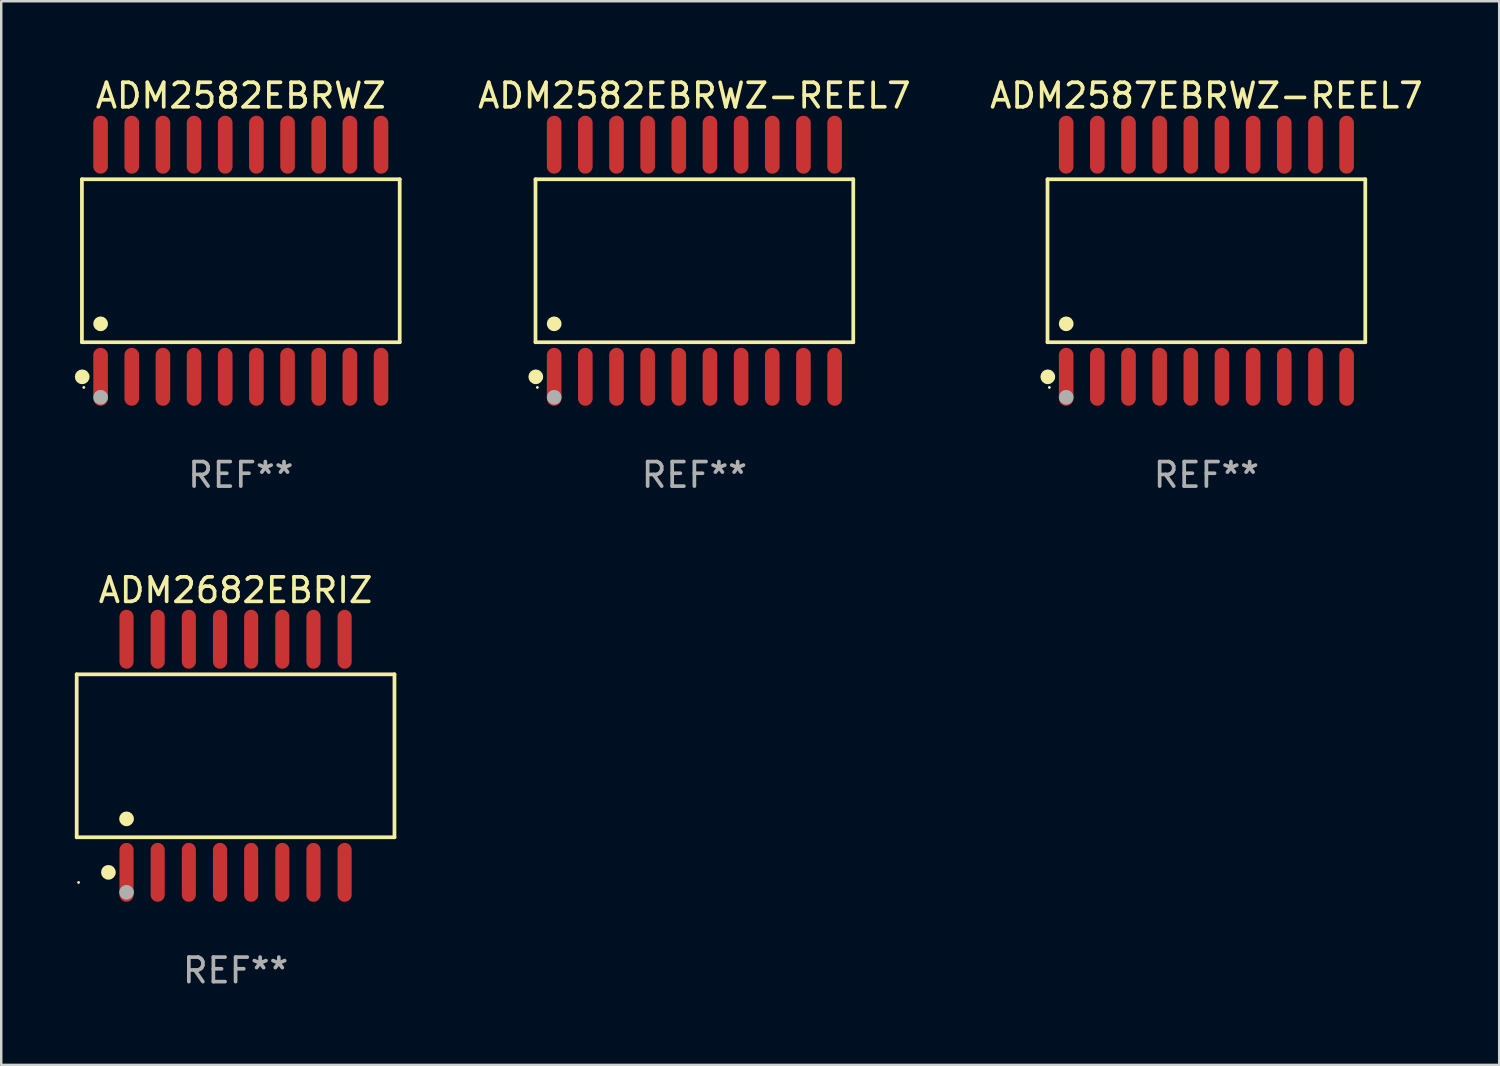
<source format=kicad_pcb>
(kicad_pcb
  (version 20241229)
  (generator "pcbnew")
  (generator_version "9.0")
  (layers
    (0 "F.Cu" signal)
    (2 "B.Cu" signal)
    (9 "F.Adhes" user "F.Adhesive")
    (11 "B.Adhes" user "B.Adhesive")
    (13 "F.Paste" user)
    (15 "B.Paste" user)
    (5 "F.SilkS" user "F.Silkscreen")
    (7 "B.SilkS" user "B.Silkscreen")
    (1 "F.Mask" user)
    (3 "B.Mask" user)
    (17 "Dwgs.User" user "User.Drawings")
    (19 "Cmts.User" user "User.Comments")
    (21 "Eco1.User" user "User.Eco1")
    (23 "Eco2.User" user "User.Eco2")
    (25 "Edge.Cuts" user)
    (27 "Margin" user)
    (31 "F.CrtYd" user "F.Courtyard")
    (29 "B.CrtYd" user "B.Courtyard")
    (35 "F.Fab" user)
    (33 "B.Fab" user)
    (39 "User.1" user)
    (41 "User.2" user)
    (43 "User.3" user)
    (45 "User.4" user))
  (footprint "ADM2587EBRWZ-REEL7"
    (layer "F.Cu")
    (at 46.121 7.578)
    (property "Reference" "ADM2587EBRWZ-REEL7" (at 0 -6.73 0) (layer "F.SilkS") (effects (font (size 1 1) (thickness 0.15))))
    (attr through_hole)
    (fp_line (start -6.476 -3.321) (end 6.476 -3.321) (stroke (width 0.152) (type solid)) (layer "F.SilkS"))
    (fp_line (start -6.476 3.321) (end -6.476 -3.321) (stroke (width 0.152) (type solid)) (layer "F.SilkS"))
    (fp_line (start 6.476 -3.321) (end 6.476 3.321) (stroke (width 0.152) (type solid)) (layer "F.SilkS"))
    (fp_line (start 6.476 3.321) (end -6.476 3.321) (stroke (width 0.152) (type solid)) (layer "F.SilkS"))
    (fp_circle (center -6.465 4.73) (end -6.315 4.73) (stroke (width 0.3) (type solid)) (fill no) (layer "F.SilkS"))
    (fp_circle (center -6.4 5.163) (end -6.37 5.163) (stroke (width 0.06) (type solid)) (fill no) (layer "F.SilkS"))
    (fp_circle (center -5.715 2.569) (end -5.565 2.569) (stroke (width 0.3) (type solid)) (fill no) (layer "F.SilkS"))
    (fp_circle (center -5.715 5.563) (end -5.565 5.563) (stroke (width 0.3) (type solid)) (fill no) (layer "F.Fab"))
    (fp_text user "REF**" (at 0 8.73 0) (layer "F.Fab") (effects (font (size 1 1) (thickness 0.15))))
    (pad "1" smd oval (at -5.715 4.73) (size 0.595 2.36) (layers "F.Cu" "F.Mask" "F.Paste"))
    (pad "2" smd oval (at -4.445 4.73) (size 0.595 2.36) (layers "F.Cu" "F.Mask" "F.Paste"))
    (pad "3" smd oval (at -3.175 4.73) (size 0.595 2.36) (layers "F.Cu" "F.Mask" "F.Paste"))
    (pad "4" smd oval (at -1.905 4.73) (size 0.595 2.36) (layers "F.Cu" "F.Mask" "F.Paste"))
    (pad "5" smd oval (at -0.635 4.73) (size 0.595 2.36) (layers "F.Cu" "F.Mask" "F.Paste"))
    (pad "6" smd oval (at 0.635 4.73) (size 0.595 2.36) (layers "F.Cu" "F.Mask" "F.Paste"))
    (pad "7" smd oval (at 1.905 4.73) (size 0.595 2.36) (layers "F.Cu" "F.Mask" "F.Paste"))
    (pad "8" smd oval (at 3.175 4.73) (size 0.595 2.36) (layers "F.Cu" "F.Mask" "F.Paste"))
    (pad "9" smd oval (at 4.445 4.73) (size 0.595 2.36) (layers "F.Cu" "F.Mask" "F.Paste"))
    (pad "10" smd oval (at 5.715 4.73) (size 0.595 2.36) (layers "F.Cu" "F.Mask" "F.Paste"))
    (pad "11" smd oval (at 5.715 -4.73) (size 0.595 2.36) (layers "F.Cu" "F.Mask" "F.Paste"))
    (pad "12" smd oval (at 4.445 -4.73) (size 0.595 2.36) (layers "F.Cu" "F.Mask" "F.Paste"))
    (pad "13" smd oval (at 3.175 -4.73) (size 0.595 2.36) (layers "F.Cu" "F.Mask" "F.Paste"))
    (pad "14" smd oval (at 1.905 -4.73) (size 0.595 2.36) (layers "F.Cu" "F.Mask" "F.Paste"))
    (pad "15" smd oval (at 0.635 -4.73) (size 0.595 2.36) (layers "F.Cu" "F.Mask" "F.Paste"))
    (pad "16" smd oval (at -0.635 -4.73) (size 0.595 2.36) (layers "F.Cu" "F.Mask" "F.Paste"))
    (pad "17" smd oval (at -1.905 -4.73) (size 0.595 2.36) (layers "F.Cu" "F.Mask" "F.Paste"))
    (pad "18" smd oval (at -3.175 -4.73) (size 0.595 2.36) (layers "F.Cu" "F.Mask" "F.Paste"))
    (pad "19" smd oval (at -4.445 -4.73) (size 0.595 2.36) (layers "F.Cu" "F.Mask" "F.Paste"))
    (pad "20" smd oval (at -5.715 -4.73) (size 0.595 2.36) (layers "F.Cu" "F.Mask" "F.Paste")))
  (footprint "ADM2582EBRWZ-REEL7"
    (layer "F.Cu")
    (at 25.252 7.578)
    (property "Reference" "ADM2582EBRWZ-REEL7" (at 0 -6.73 0) (layer "F.SilkS") (effects (font (size 1 1) (thickness 0.15))))
    (attr through_hole)
    (fp_line (start -6.476 -3.321) (end 6.476 -3.321) (stroke (width 0.152) (type solid)) (layer "F.SilkS"))
    (fp_line (start -6.476 3.321) (end -6.476 -3.321) (stroke (width 0.152) (type solid)) (layer "F.SilkS"))
    (fp_line (start 6.476 -3.321) (end 6.476 3.321) (stroke (width 0.152) (type solid)) (layer "F.SilkS"))
    (fp_line (start 6.476 3.321) (end -6.476 3.321) (stroke (width 0.152) (type solid)) (layer "F.SilkS"))
    (fp_circle (center -6.465 4.73) (end -6.315 4.73) (stroke (width 0.3) (type solid)) (fill no) (layer "F.SilkS"))
    (fp_circle (center -6.4 5.163) (end -6.37 5.163) (stroke (width 0.06) (type solid)) (fill no) (layer "F.SilkS"))
    (fp_circle (center -5.715 2.569) (end -5.565 2.569) (stroke (width 0.3) (type solid)) (fill no) (layer "F.SilkS"))
    (fp_circle (center -5.715 5.563) (end -5.565 5.563) (stroke (width 0.3) (type solid)) (fill no) (layer "F.Fab"))
    (fp_text user "REF**" (at 0 8.73 0) (layer "F.Fab") (effects (font (size 1 1) (thickness 0.15))))
    (pad "1" smd oval (at -5.715 4.73) (size 0.595 2.36) (layers "F.Cu" "F.Mask" "F.Paste"))
    (pad "2" smd oval (at -4.445 4.73) (size 0.595 2.36) (layers "F.Cu" "F.Mask" "F.Paste"))
    (pad "3" smd oval (at -3.175 4.73) (size 0.595 2.36) (layers "F.Cu" "F.Mask" "F.Paste"))
    (pad "4" smd oval (at -1.905 4.73) (size 0.595 2.36) (layers "F.Cu" "F.Mask" "F.Paste"))
    (pad "5" smd oval (at -0.635 4.73) (size 0.595 2.36) (layers "F.Cu" "F.Mask" "F.Paste"))
    (pad "6" smd oval (at 0.635 4.73) (size 0.595 2.36) (layers "F.Cu" "F.Mask" "F.Paste"))
    (pad "7" smd oval (at 1.905 4.73) (size 0.595 2.36) (layers "F.Cu" "F.Mask" "F.Paste"))
    (pad "8" smd oval (at 3.175 4.73) (size 0.595 2.36) (layers "F.Cu" "F.Mask" "F.Paste"))
    (pad "9" smd oval (at 4.445 4.73) (size 0.595 2.36) (layers "F.Cu" "F.Mask" "F.Paste"))
    (pad "10" smd oval (at 5.715 4.73) (size 0.595 2.36) (layers "F.Cu" "F.Mask" "F.Paste"))
    (pad "11" smd oval (at 5.715 -4.73) (size 0.595 2.36) (layers "F.Cu" "F.Mask" "F.Paste"))
    (pad "12" smd oval (at 4.445 -4.73) (size 0.595 2.36) (layers "F.Cu" "F.Mask" "F.Paste"))
    (pad "13" smd oval (at 3.175 -4.73) (size 0.595 2.36) (layers "F.Cu" "F.Mask" "F.Paste"))
    (pad "14" smd oval (at 1.905 -4.73) (size 0.595 2.36) (layers "F.Cu" "F.Mask" "F.Paste"))
    (pad "15" smd oval (at 0.635 -4.73) (size 0.595 2.36) (layers "F.Cu" "F.Mask" "F.Paste"))
    (pad "16" smd oval (at -0.635 -4.73) (size 0.595 2.36) (layers "F.Cu" "F.Mask" "F.Paste"))
    (pad "17" smd oval (at -1.905 -4.73) (size 0.595 2.36) (layers "F.Cu" "F.Mask" "F.Paste"))
    (pad "18" smd oval (at -3.175 -4.73) (size 0.595 2.36) (layers "F.Cu" "F.Mask" "F.Paste"))
    (pad "19" smd oval (at -4.445 -4.73) (size 0.595 2.36) (layers "F.Cu" "F.Mask" "F.Paste"))
    (pad "20" smd oval (at -5.715 -4.73) (size 0.595 2.36) (layers "F.Cu" "F.Mask" "F.Paste")))
  (footprint "ADM2682EBRIZ"
    (layer "F.Cu")
    (at 6.552 27.755)
    (property "Reference" "ADM2682EBRIZ" (at 0 -6.75 0) (layer "F.SilkS") (effects (font (size 1 1) (thickness 0.15))))
    (attr through_hole)
    (fp_line (start -6.476 -3.321) (end 6.476 -3.321) (stroke (width 0.152) (type solid)) (layer "F.SilkS"))
    (fp_line (start -6.476 3.321) (end -6.476 -3.321) (stroke (width 0.152) (type solid)) (layer "F.SilkS"))
    (fp_line (start 6.476 -3.321) (end 6.476 3.321) (stroke (width 0.152) (type solid)) (layer "F.SilkS"))
    (fp_line (start 6.476 3.321) (end -6.476 3.321) (stroke (width 0.152) (type solid)) (layer "F.SilkS"))
    (fp_circle (center -6.4 5.163) (end -6.37 5.163) (stroke (width 0.06) (type solid)) (fill no) (layer "F.SilkS"))
    (fp_circle (center -5.184 4.75) (end -5.034 4.75) (stroke (width 0.3) (type solid)) (fill no) (layer "F.SilkS"))
    (fp_circle (center -4.445 2.569) (end -4.295 2.569) (stroke (width 0.3) (type solid)) (fill no) (layer "F.SilkS"))
    (fp_circle (center -4.445 5.563) (end -4.295 5.563) (stroke (width 0.3) (type solid)) (fill no) (layer "F.Fab"))
    (fp_text user "REF**" (at 0 8.75 0) (layer "F.Fab") (effects (font (size 1 1) (thickness 0.15))))
    (pad "1" smd oval (at -4.445 4.75) (size 0.574 2.401) (layers "F.Cu" "F.Mask" "F.Paste"))
    (pad "2" smd oval (at -3.175 4.75) (size 0.574 2.401) (layers "F.Cu" "F.Mask" "F.Paste"))
    (pad "3" smd oval (at -1.905 4.75) (size 0.574 2.401) (layers "F.Cu" "F.Mask" "F.Paste"))
    (pad "4" smd oval (at -0.635 4.75) (size 0.574 2.401) (layers "F.Cu" "F.Mask" "F.Paste"))
    (pad "5" smd oval (at 0.635 4.75) (size 0.574 2.401) (layers "F.Cu" "F.Mask" "F.Paste"))
    (pad "6" smd oval (at 1.905 4.75) (size 0.574 2.401) (layers "F.Cu" "F.Mask" "F.Paste"))
    (pad "7" smd oval (at 3.175 4.75) (size 0.574 2.401) (layers "F.Cu" "F.Mask" "F.Paste"))
    (pad "8" smd oval (at 4.445 4.75) (size 0.574 2.401) (layers "F.Cu" "F.Mask" "F.Paste"))
    (pad "9" smd oval (at 4.445 -4.75) (size 0.574 2.401) (layers "F.Cu" "F.Mask" "F.Paste"))
    (pad "10" smd oval (at 3.175 -4.75) (size 0.574 2.401) (layers "F.Cu" "F.Mask" "F.Paste"))
    (pad "11" smd oval (at 1.905 -4.75) (size 0.574 2.401) (layers "F.Cu" "F.Mask" "F.Paste"))
    (pad "12" smd oval (at 0.635 -4.75) (size 0.574 2.401) (layers "F.Cu" "F.Mask" "F.Paste"))
    (pad "13" smd oval (at -0.635 -4.75) (size 0.574 2.401) (layers "F.Cu" "F.Mask" "F.Paste"))
    (pad "14" smd oval (at -1.905 -4.75) (size 0.574 2.401) (layers "F.Cu" "F.Mask" "F.Paste"))
    (pad "15" smd oval (at -3.175 -4.75) (size 0.574 2.401) (layers "F.Cu" "F.Mask" "F.Paste"))
    (pad "16" smd oval (at -4.445 -4.75) (size 0.574 2.401) (layers "F.Cu" "F.Mask" "F.Paste")))
  (footprint "ADM2582EBRWZ"
    (layer "F.Cu")
    (at 6.765 7.578)
    (property "Reference" "ADM2582EBRWZ" (at 0 -6.73 0) (layer "F.SilkS") (effects (font (size 1 1) (thickness 0.15))))
    (attr through_hole)
    (fp_line (start -6.476 -3.321) (end 6.476 -3.321) (stroke (width 0.152) (type solid)) (layer "F.SilkS"))
    (fp_line (start -6.476 3.321) (end -6.476 -3.321) (stroke (width 0.152) (type solid)) (layer "F.SilkS"))
    (fp_line (start 6.476 -3.321) (end 6.476 3.321) (stroke (width 0.152) (type solid)) (layer "F.SilkS"))
    (fp_line (start 6.476 3.321) (end -6.476 3.321) (stroke (width 0.152) (type solid)) (layer "F.SilkS"))
    (fp_circle (center -6.465 4.73) (end -6.315 4.73) (stroke (width 0.3) (type solid)) (fill no) (layer "F.SilkS"))
    (fp_circle (center -6.4 5.163) (end -6.37 5.163) (stroke (width 0.06) (type solid)) (fill no) (layer "F.SilkS"))
    (fp_circle (center -5.715 2.569) (end -5.565 2.569) (stroke (width 0.3) (type solid)) (fill no) (layer "F.SilkS"))
    (fp_circle (center -5.715 5.563) (end -5.565 5.563) (stroke (width 0.3) (type solid)) (fill no) (layer "F.Fab"))
    (fp_text user "REF**" (at 0 8.73 0) (layer "F.Fab") (effects (font (size 1 1) (thickness 0.15))))
    (pad "1" smd oval (at -5.715 4.73) (size 0.595 2.36) (layers "F.Cu" "F.Mask" "F.Paste"))
    (pad "2" smd oval (at -4.445 4.73) (size 0.595 2.36) (layers "F.Cu" "F.Mask" "F.Paste"))
    (pad "3" smd oval (at -3.175 4.73) (size 0.595 2.36) (layers "F.Cu" "F.Mask" "F.Paste"))
    (pad "4" smd oval (at -1.905 4.73) (size 0.595 2.36) (layers "F.Cu" "F.Mask" "F.Paste"))
    (pad "5" smd oval (at -0.635 4.73) (size 0.595 2.36) (layers "F.Cu" "F.Mask" "F.Paste"))
    (pad "6" smd oval (at 0.635 4.73) (size 0.595 2.36) (layers "F.Cu" "F.Mask" "F.Paste"))
    (pad "7" smd oval (at 1.905 4.73) (size 0.595 2.36) (layers "F.Cu" "F.Mask" "F.Paste"))
    (pad "8" smd oval (at 3.175 4.73) (size 0.595 2.36) (layers "F.Cu" "F.Mask" "F.Paste"))
    (pad "9" smd oval (at 4.445 4.73) (size 0.595 2.36) (layers "F.Cu" "F.Mask" "F.Paste"))
    (pad "10" smd oval (at 5.715 4.73) (size 0.595 2.36) (layers "F.Cu" "F.Mask" "F.Paste"))
    (pad "11" smd oval (at 5.715 -4.73) (size 0.595 2.36) (layers "F.Cu" "F.Mask" "F.Paste"))
    (pad "12" smd oval (at 4.445 -4.73) (size 0.595 2.36) (layers "F.Cu" "F.Mask" "F.Paste"))
    (pad "13" smd oval (at 3.175 -4.73) (size 0.595 2.36) (layers "F.Cu" "F.Mask" "F.Paste"))
    (pad "14" smd oval (at 1.905 -4.73) (size 0.595 2.36) (layers "F.Cu" "F.Mask" "F.Paste"))
    (pad "15" smd oval (at 0.635 -4.73) (size 0.595 2.36) (layers "F.Cu" "F.Mask" "F.Paste"))
    (pad "16" smd oval (at -0.635 -4.73) (size 0.595 2.36) (layers "F.Cu" "F.Mask" "F.Paste"))
    (pad "17" smd oval (at -1.905 -4.73) (size 0.595 2.36) (layers "F.Cu" "F.Mask" "F.Paste"))
    (pad "18" smd oval (at -3.175 -4.73) (size 0.595 2.36) (layers "F.Cu" "F.Mask" "F.Paste"))
    (pad "19" smd oval (at -4.445 -4.73) (size 0.595 2.36) (layers "F.Cu" "F.Mask" "F.Paste"))
    (pad "20" smd oval (at -5.715 -4.73) (size 0.595 2.36) (layers "F.Cu" "F.Mask" "F.Paste")))
  (gr_rect
    (start -3 -3)
    (end 58.055 40.354)
    (stroke (width 0.1) (type default))
    (fill no)
    (layer "Edge.Cuts")))
</source>
